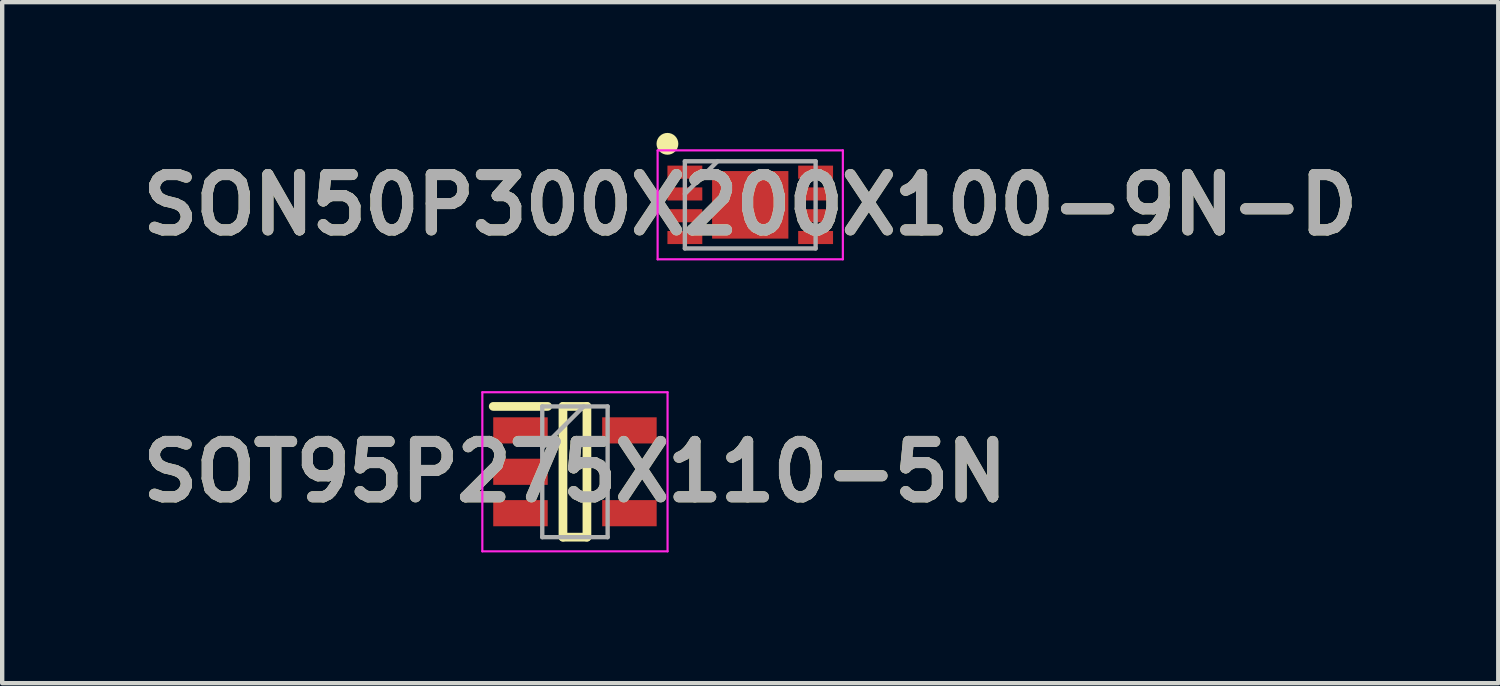
<source format=kicad_pcb>
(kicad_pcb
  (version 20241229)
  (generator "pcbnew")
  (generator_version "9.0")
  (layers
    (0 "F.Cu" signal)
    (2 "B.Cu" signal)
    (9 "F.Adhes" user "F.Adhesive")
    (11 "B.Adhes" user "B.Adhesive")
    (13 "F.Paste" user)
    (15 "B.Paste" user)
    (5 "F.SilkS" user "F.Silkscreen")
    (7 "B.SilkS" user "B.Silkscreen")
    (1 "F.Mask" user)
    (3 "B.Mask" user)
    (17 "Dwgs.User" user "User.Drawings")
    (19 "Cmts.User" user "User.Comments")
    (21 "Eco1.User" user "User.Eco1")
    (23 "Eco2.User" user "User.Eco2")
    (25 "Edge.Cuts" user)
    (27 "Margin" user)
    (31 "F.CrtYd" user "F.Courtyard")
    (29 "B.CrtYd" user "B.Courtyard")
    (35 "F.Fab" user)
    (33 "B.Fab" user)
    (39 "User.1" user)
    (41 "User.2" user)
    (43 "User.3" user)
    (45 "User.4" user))
  (footprint "SOT95P275X110-5N"
    (layer "F.Cu")
    (at 10.142 7.775)
    (property "Reference" "SOT95P275X110-5N" (at 0 0 0) (layer "F.SilkS") (effects (font (size 1.27 1.27) (thickness 0.254))))
    (attr smd)
    (fp_line (start -1.875 -1.5) (end -0.625 -1.5) (stroke (width 0.2) (type solid)) (layer "F.SilkS"))
    (fp_line (start -0.275 -1.5) (end 0.275 -1.5) (stroke (width 0.2) (type solid)) (layer "F.SilkS"))
    (fp_line (start -0.275 1.5) (end -0.275 -1.5) (stroke (width 0.2) (type solid)) (layer "F.SilkS"))
    (fp_line (start 0.275 -1.5) (end 0.275 1.5) (stroke (width 0.2) (type solid)) (layer "F.SilkS"))
    (fp_line (start 0.275 1.5) (end -0.275 1.5) (stroke (width 0.2) (type solid)) (layer "F.SilkS"))
    (fp_line (start -2.125 -1.825) (end 2.125 -1.825) (stroke (width 0.05) (type solid)) (layer "F.CrtYd"))
    (fp_line (start -2.125 1.825) (end -2.125 -1.825) (stroke (width 0.05) (type solid)) (layer "F.CrtYd"))
    (fp_line (start 2.125 -1.825) (end 2.125 1.825) (stroke (width 0.05) (type solid)) (layer "F.CrtYd"))
    (fp_line (start 2.125 1.825) (end -2.125 1.825) (stroke (width 0.05) (type solid)) (layer "F.CrtYd"))
    (fp_line (start -0.75 -1.5) (end 0.75 -1.5) (stroke (width 0.1) (type solid)) (layer "F.Fab"))
    (fp_line (start -0.75 -0.55) (end 0.2 -1.5) (stroke (width 0.1) (type solid)) (layer "F.Fab"))
    (fp_line (start -0.75 1.5) (end -0.75 -1.5) (stroke (width 0.1) (type solid)) (layer "F.Fab"))
    (fp_line (start 0.75 -1.5) (end 0.75 1.5) (stroke (width 0.1) (type solid)) (layer "F.Fab"))
    (fp_line (start 0.75 1.5) (end -0.75 1.5) (stroke (width 0.1) (type solid)) (layer "F.Fab"))
    (fp_text user "${REFERENCE}" (at 0 0 0) (layer "F.Fab") (effects (font (size 1.27 1.27) (thickness 0.254))))
    (pad "1" smd rect (at -1.25 -0.95 90) (size 0.6 1.25) (layers "F.Cu" "F.Mask" "F.Paste"))
    (pad "2" smd rect (at -1.25 0 90) (size 0.6 1.25) (layers "F.Cu" "F.Mask" "F.Paste"))
    (pad "3" smd rect (at -1.25 0.95 90) (size 0.6 1.25) (layers "F.Cu" "F.Mask" "F.Paste"))
    (pad "4" smd rect (at 1.25 0.95 90) (size 0.6 1.25) (layers "F.Cu" "F.Mask" "F.Paste"))
    (pad "5" smd rect (at 1.25 -0.95 90) (size 0.6 1.25) (layers "F.Cu" "F.Mask" "F.Paste")))
  (footprint "SON50P300X200X100-9N-D"
    (layer "F.Cu")
    (at 14.164 1.65)
    (property "Reference" "SON50P300X200X100-9N-D" (at 0 0 0) (layer "F.SilkS") (effects (font (size 1.27 1.27) (thickness 0.254))))
    (attr smd)
    (fp_circle (center -1.9 -1.4) (end -1.9 -1.275) (stroke (width 0.25) (type solid)) (fill no) (layer "F.SilkS"))
    (fp_line (start -2.125 -1.25) (end 2.125 -1.25) (stroke (width 0.05) (type solid)) (layer "F.CrtYd"))
    (fp_line (start -2.125 1.25) (end -2.125 -1.25) (stroke (width 0.05) (type solid)) (layer "F.CrtYd"))
    (fp_line (start 2.125 -1.25) (end 2.125 1.25) (stroke (width 0.05) (type solid)) (layer "F.CrtYd"))
    (fp_line (start 2.125 1.25) (end -2.125 1.25) (stroke (width 0.05) (type solid)) (layer "F.CrtYd"))
    (fp_line (start -1.5 -1) (end 1.5 -1) (stroke (width 0.1) (type solid)) (layer "F.Fab"))
    (fp_line (start -1.5 -0.25) (end -0.75 -1) (stroke (width 0.1) (type solid)) (layer "F.Fab"))
    (fp_line (start -1.5 1) (end -1.5 -1) (stroke (width 0.1) (type solid)) (layer "F.Fab"))
    (fp_line (start 1.5 -1) (end 1.5 1) (stroke (width 0.1) (type solid)) (layer "F.Fab"))
    (fp_line (start 1.5 1) (end -1.5 1) (stroke (width 0.1) (type solid)) (layer "F.Fab"))
    (fp_text user "${REFERENCE}" (at 0 0 0) (layer "F.Fab") (effects (font (size 1.27 1.27) (thickness 0.254))))
    (pad "1" smd rect (at -1.5 -0.75 90) (size 0.3 0.8) (layers "F.Cu" "F.Mask" "F.Paste"))
    (pad "2" smd rect (at -1.5 -0.25 90) (size 0.3 0.8) (layers "F.Cu" "F.Mask" "F.Paste"))
    (pad "3" smd rect (at -1.5 0.25 90) (size 0.3 0.8) (layers "F.Cu" "F.Mask" "F.Paste"))
    (pad "4" smd rect (at -1.5 0.75 90) (size 0.3 0.8) (layers "F.Cu" "F.Mask" "F.Paste"))
    (pad "5" smd rect (at 1.5 0.75 90) (size 0.3 0.8) (layers "F.Cu" "F.Mask" "F.Paste"))
    (pad "6" smd rect (at 1.5 0.25 90) (size 0.3 0.8) (layers "F.Cu" "F.Mask" "F.Paste"))
    (pad "7" smd rect (at 1.5 -0.25 90) (size 0.3 0.8) (layers "F.Cu" "F.Mask" "F.Paste"))
    (pad "8" smd rect (at 1.5 -0.75 90) (size 0.3 0.8) (layers "F.Cu" "F.Mask" "F.Paste"))
    (pad "9" smd rect (at 0 0 90) (size 1.55 1.75) (layers "F.Cu" "F.Mask" "F.Paste")))
  (gr_rect
    (start -3 -3)
    (end 31.327 12.625)
    (stroke (width 0.1) (type default))
    (fill no)
    (layer "Edge.Cuts")))
</source>
